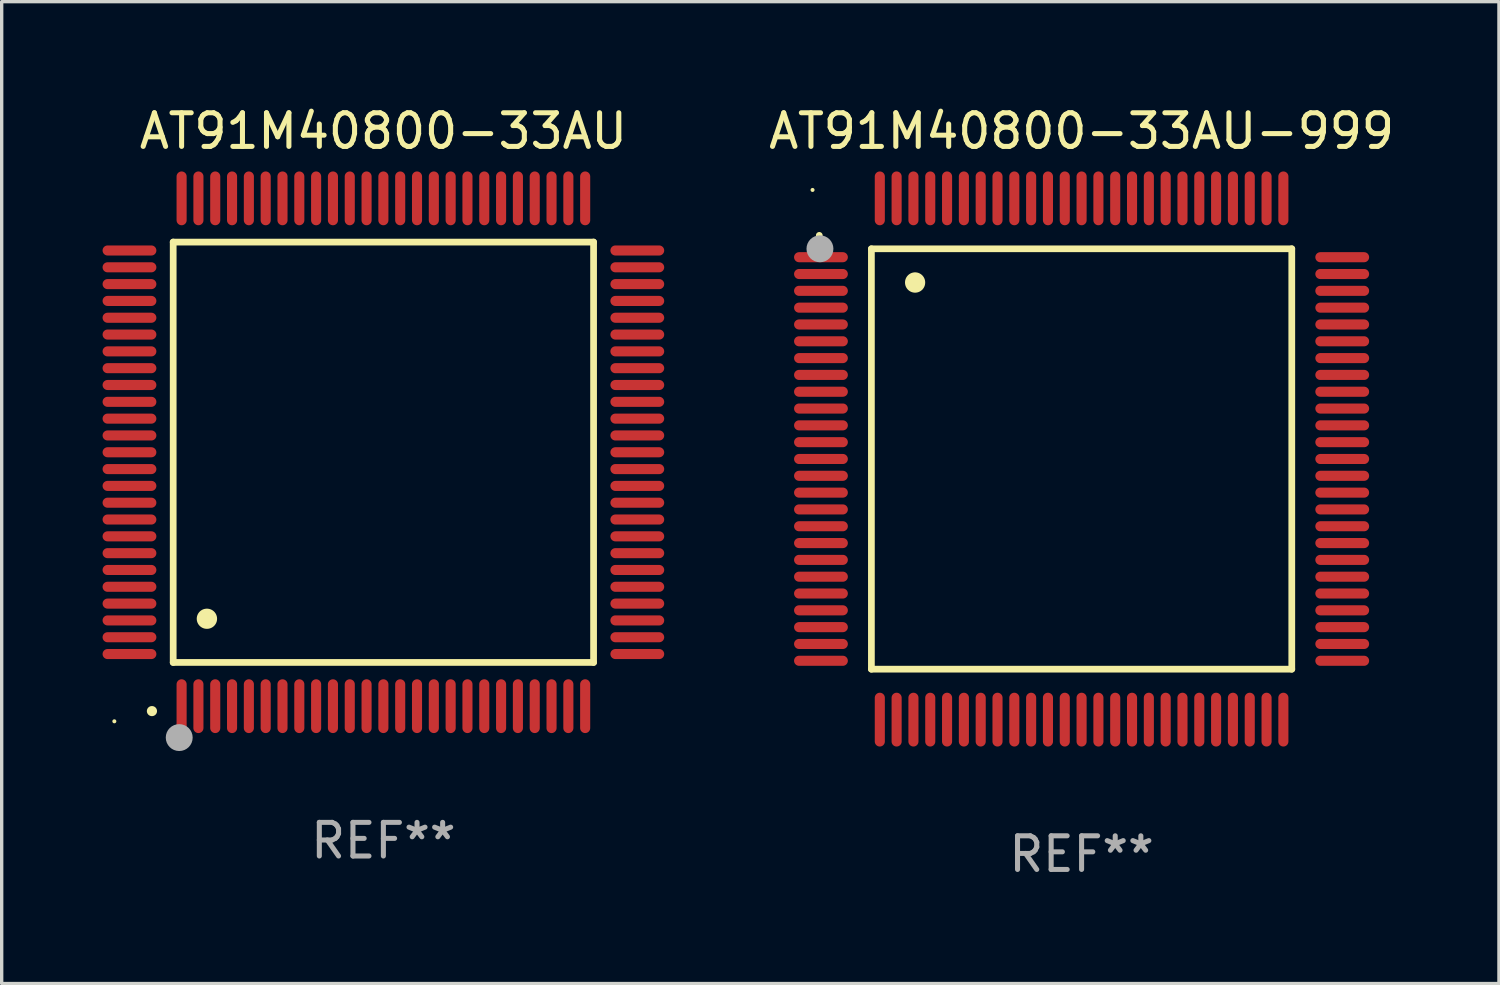
<source format=kicad_pcb>
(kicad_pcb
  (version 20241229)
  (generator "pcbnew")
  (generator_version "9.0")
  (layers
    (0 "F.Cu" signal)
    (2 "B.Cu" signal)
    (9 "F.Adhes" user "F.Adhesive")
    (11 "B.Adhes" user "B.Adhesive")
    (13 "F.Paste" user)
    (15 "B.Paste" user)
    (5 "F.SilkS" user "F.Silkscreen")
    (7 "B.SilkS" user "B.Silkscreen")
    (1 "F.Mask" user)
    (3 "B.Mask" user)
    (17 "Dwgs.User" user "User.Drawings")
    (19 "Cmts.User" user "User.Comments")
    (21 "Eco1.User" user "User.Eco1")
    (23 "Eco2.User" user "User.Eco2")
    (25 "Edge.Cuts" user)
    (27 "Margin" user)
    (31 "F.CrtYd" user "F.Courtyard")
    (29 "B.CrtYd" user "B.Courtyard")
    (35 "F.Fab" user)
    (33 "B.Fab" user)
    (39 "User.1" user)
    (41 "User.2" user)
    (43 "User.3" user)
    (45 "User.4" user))
  (footprint "AT91M40800-33AU"
    (layer "F.Cu")
    (at 8.35 10.398)
    (property "Reference" "AT91M40800-33AU" (at 0 -9.55 0) (layer "F.SilkS") (effects (font (size 1 1) (thickness 0.15))))
    (attr through_hole)
    (fp_line (start -6.25 -6.25) (end -6.25 6.25) (stroke (width 0.2) (type solid)) (layer "F.SilkS"))
    (fp_line (start -6.25 6.25) (end 6.25 6.25) (stroke (width 0.2) (type solid)) (layer "F.SilkS"))
    (fp_line (start 6.25 -6.25) (end -6.25 -6.25) (stroke (width 0.2) (type solid)) (layer "F.SilkS"))
    (fp_line (start 6.25 6.25) (end 6.25 -6.25) (stroke (width 0.2) (type solid)) (layer "F.SilkS"))
    (fp_arc (start -6.883414 7.696215) (mid -6.882144 7.69621) (end -6.880874 7.696215) (stroke (width 0.3) (type solid)) (layer "F.SilkS"))
    (fp_arc (start -5.250191 4.95047) (mid -5.247651 4.950459) (end -5.245111 4.95047) (stroke (width 0.6) (type solid)) (layer "F.SilkS"))
    (fp_circle (center -8 8) (end -7.97 8) (stroke (width 0.06) (type solid)) (fill no) (layer "F.SilkS"))
    (fp_circle (center -6.071 8.484) (end -5.871 8.484) (stroke (width 0.4) (type solid)) (fill no) (layer "F.Fab"))
    (fp_text user "REF**" (at 0 11.55 0) (layer "F.Fab") (effects (font (size 1 1) (thickness 0.15))))
    (pad "1" smd oval (at -6 7.55) (size 0.3 1.6) (layers "F.Cu" "F.Mask" "F.Paste"))
    (pad "2" smd oval (at -5.5 7.55) (size 0.3 1.6) (layers "F.Cu" "F.Mask" "F.Paste"))
    (pad "3" smd oval (at -5 7.55) (size 0.3 1.6) (layers "F.Cu" "F.Mask" "F.Paste"))
    (pad "4" smd oval (at -4.5 7.55) (size 0.3 1.6) (layers "F.Cu" "F.Mask" "F.Paste"))
    (pad "5" smd oval (at -4 7.55) (size 0.3 1.6) (layers "F.Cu" "F.Mask" "F.Paste"))
    (pad "6" smd oval (at -3.5 7.55) (size 0.3 1.6) (layers "F.Cu" "F.Mask" "F.Paste"))
    (pad "7" smd oval (at -3 7.55) (size 0.3 1.6) (layers "F.Cu" "F.Mask" "F.Paste"))
    (pad "8" smd oval (at -2.5 7.55) (size 0.3 1.6) (layers "F.Cu" "F.Mask" "F.Paste"))
    (pad "9" smd oval (at -2 7.55) (size 0.3 1.6) (layers "F.Cu" "F.Mask" "F.Paste"))
    (pad "10" smd oval (at -1.5 7.55) (size 0.3 1.6) (layers "F.Cu" "F.Mask" "F.Paste"))
    (pad "11" smd oval (at -1 7.55) (size 0.3 1.6) (layers "F.Cu" "F.Mask" "F.Paste"))
    (pad "12" smd oval (at -0.5 7.55) (size 0.3 1.6) (layers "F.Cu" "F.Mask" "F.Paste"))
    (pad "13" smd oval (at 0 7.55) (size 0.3 1.6) (layers "F.Cu" "F.Mask" "F.Paste"))
    (pad "14" smd oval (at 0.5 7.55) (size 0.3 1.6) (layers "F.Cu" "F.Mask" "F.Paste"))
    (pad "15" smd oval (at 1 7.55) (size 0.3 1.6) (layers "F.Cu" "F.Mask" "F.Paste"))
    (pad "16" smd oval (at 1.5 7.55) (size 0.3 1.6) (layers "F.Cu" "F.Mask" "F.Paste"))
    (pad "17" smd oval (at 2 7.55) (size 0.3 1.6) (layers "F.Cu" "F.Mask" "F.Paste"))
    (pad "18" smd oval (at 2.5 7.55) (size 0.3 1.6) (layers "F.Cu" "F.Mask" "F.Paste"))
    (pad "19" smd oval (at 3 7.55) (size 0.3 1.6) (layers "F.Cu" "F.Mask" "F.Paste"))
    (pad "20" smd oval (at 3.5 7.55) (size 0.3 1.6) (layers "F.Cu" "F.Mask" "F.Paste"))
    (pad "21" smd oval (at 4 7.55) (size 0.3 1.6) (layers "F.Cu" "F.Mask" "F.Paste"))
    (pad "22" smd oval (at 4.5 7.55) (size 0.3 1.6) (layers "F.Cu" "F.Mask" "F.Paste"))
    (pad "23" smd oval (at 5 7.55) (size 0.3 1.6) (layers "F.Cu" "F.Mask" "F.Paste"))
    (pad "24" smd oval (at 5.5 7.55) (size 0.3 1.6) (layers "F.Cu" "F.Mask" "F.Paste"))
    (pad "25" smd oval (at 6 7.55) (size 0.3 1.6) (layers "F.Cu" "F.Mask" "F.Paste"))
    (pad "26" smd oval (at 7.55 6) (size 1.6 0.3) (layers "F.Cu" "F.Mask" "F.Paste"))
    (pad "27" smd oval (at 7.55 5.5) (size 1.6 0.3) (layers "F.Cu" "F.Mask" "F.Paste"))
    (pad "28" smd oval (at 7.55 5) (size 1.6 0.3) (layers "F.Cu" "F.Mask" "F.Paste"))
    (pad "29" smd oval (at 7.55 4.5) (size 1.6 0.3) (layers "F.Cu" "F.Mask" "F.Paste"))
    (pad "30" smd oval (at 7.55 4) (size 1.6 0.3) (layers "F.Cu" "F.Mask" "F.Paste"))
    (pad "31" smd oval (at 7.55 3.5) (size 1.6 0.3) (layers "F.Cu" "F.Mask" "F.Paste"))
    (pad "32" smd oval (at 7.55 3) (size 1.6 0.3) (layers "F.Cu" "F.Mask" "F.Paste"))
    (pad "33" smd oval (at 7.55 2.5) (size 1.6 0.3) (layers "F.Cu" "F.Mask" "F.Paste"))
    (pad "34" smd oval (at 7.55 2) (size 1.6 0.3) (layers "F.Cu" "F.Mask" "F.Paste"))
    (pad "35" smd oval (at 7.55 1.5) (size 1.6 0.3) (layers "F.Cu" "F.Mask" "F.Paste"))
    (pad "36" smd oval (at 7.55 1) (size 1.6 0.3) (layers "F.Cu" "F.Mask" "F.Paste"))
    (pad "37" smd oval (at 7.55 0.5) (size 1.6 0.3) (layers "F.Cu" "F.Mask" "F.Paste"))
    (pad "38" smd oval (at 7.55 0) (size 1.6 0.3) (layers "F.Cu" "F.Mask" "F.Paste"))
    (pad "39" smd oval (at 7.55 -0.5) (size 1.6 0.3) (layers "F.Cu" "F.Mask" "F.Paste"))
    (pad "40" smd oval (at 7.55 -1) (size 1.6 0.3) (layers "F.Cu" "F.Mask" "F.Paste"))
    (pad "41" smd oval (at 7.55 -1.5) (size 1.6 0.3) (layers "F.Cu" "F.Mask" "F.Paste"))
    (pad "42" smd oval (at 7.55 -2) (size 1.6 0.3) (layers "F.Cu" "F.Mask" "F.Paste"))
    (pad "43" smd oval (at 7.55 -2.5) (size 1.6 0.3) (layers "F.Cu" "F.Mask" "F.Paste"))
    (pad "44" smd oval (at 7.55 -3) (size 1.6 0.3) (layers "F.Cu" "F.Mask" "F.Paste"))
    (pad "45" smd oval (at 7.55 -3.5) (size 1.6 0.3) (layers "F.Cu" "F.Mask" "F.Paste"))
    (pad "46" smd oval (at 7.55 -4) (size 1.6 0.3) (layers "F.Cu" "F.Mask" "F.Paste"))
    (pad "47" smd oval (at 7.55 -4.5) (size 1.6 0.3) (layers "F.Cu" "F.Mask" "F.Paste"))
    (pad "48" smd oval (at 7.55 -5) (size 1.6 0.3) (layers "F.Cu" "F.Mask" "F.Paste"))
    (pad "49" smd oval (at 7.55 -5.5) (size 1.6 0.3) (layers "F.Cu" "F.Mask" "F.Paste"))
    (pad "50" smd oval (at 7.55 -6) (size 1.6 0.3) (layers "F.Cu" "F.Mask" "F.Paste"))
    (pad "51" smd oval (at 6 -7.55) (size 0.3 1.6) (layers "F.Cu" "F.Mask" "F.Paste"))
    (pad "52" smd oval (at 5.5 -7.55) (size 0.3 1.6) (layers "F.Cu" "F.Mask" "F.Paste"))
    (pad "53" smd oval (at 5 -7.55) (size 0.3 1.6) (layers "F.Cu" "F.Mask" "F.Paste"))
    (pad "54" smd oval (at 4.5 -7.55) (size 0.3 1.6) (layers "F.Cu" "F.Mask" "F.Paste"))
    (pad "55" smd oval (at 4 -7.55) (size 0.3 1.6) (layers "F.Cu" "F.Mask" "F.Paste"))
    (pad "56" smd oval (at 3.5 -7.55) (size 0.3 1.6) (layers "F.Cu" "F.Mask" "F.Paste"))
    (pad "57" smd oval (at 3 -7.55) (size 0.3 1.6) (layers "F.Cu" "F.Mask" "F.Paste"))
    (pad "58" smd oval (at 2.5 -7.55) (size 0.3 1.6) (layers "F.Cu" "F.Mask" "F.Paste"))
    (pad "59" smd oval (at 2 -7.55) (size 0.3 1.6) (layers "F.Cu" "F.Mask" "F.Paste"))
    (pad "60" smd oval (at 1.5 -7.55) (size 0.3 1.6) (layers "F.Cu" "F.Mask" "F.Paste"))
    (pad "61" smd oval (at 1 -7.55) (size 0.3 1.6) (layers "F.Cu" "F.Mask" "F.Paste"))
    (pad "62" smd oval (at 0.5 -7.55) (size 0.3 1.6) (layers "F.Cu" "F.Mask" "F.Paste"))
    (pad "63" smd oval (at 0 -7.55) (size 0.3 1.6) (layers "F.Cu" "F.Mask" "F.Paste"))
    (pad "64" smd oval (at -0.5 -7.55) (size 0.3 1.6) (layers "F.Cu" "F.Mask" "F.Paste"))
    (pad "65" smd oval (at -1 -7.55) (size 0.3 1.6) (layers "F.Cu" "F.Mask" "F.Paste"))
    (pad "66" smd oval (at -1.5 -7.55) (size 0.3 1.6) (layers "F.Cu" "F.Mask" "F.Paste"))
    (pad "67" smd oval (at -2 -7.55) (size 0.3 1.6) (layers "F.Cu" "F.Mask" "F.Paste"))
    (pad "68" smd oval (at -2.5 -7.55) (size 0.3 1.6) (layers "F.Cu" "F.Mask" "F.Paste"))
    (pad "69" smd oval (at -3 -7.55) (size 0.3 1.6) (layers "F.Cu" "F.Mask" "F.Paste"))
    (pad "70" smd oval (at -3.5 -7.55) (size 0.3 1.6) (layers "F.Cu" "F.Mask" "F.Paste"))
    (pad "71" smd oval (at -4 -7.55) (size 0.3 1.6) (layers "F.Cu" "F.Mask" "F.Paste"))
    (pad "72" smd oval (at -4.5 -7.55) (size 0.3 1.6) (layers "F.Cu" "F.Mask" "F.Paste"))
    (pad "73" smd oval (at -5 -7.55) (size 0.3 1.6) (layers "F.Cu" "F.Mask" "F.Paste"))
    (pad "74" smd oval (at -5.5 -7.55) (size 0.3 1.6) (layers "F.Cu" "F.Mask" "F.Paste"))
    (pad "75" smd oval (at -6 -7.55) (size 0.3 1.6) (layers "F.Cu" "F.Mask" "F.Paste"))
    (pad "76" smd oval (at -7.55 -6) (size 1.6 0.3) (layers "F.Cu" "F.Mask" "F.Paste"))
    (pad "77" smd oval (at -7.55 -5.5) (size 1.6 0.3) (layers "F.Cu" "F.Mask" "F.Paste"))
    (pad "78" smd oval (at -7.55 -5) (size 1.6 0.3) (layers "F.Cu" "F.Mask" "F.Paste"))
    (pad "79" smd oval (at -7.55 -4.5) (size 1.6 0.3) (layers "F.Cu" "F.Mask" "F.Paste"))
    (pad "80" smd oval (at -7.55 -4) (size 1.6 0.3) (layers "F.Cu" "F.Mask" "F.Paste"))
    (pad "81" smd oval (at -7.55 -3.5) (size 1.6 0.3) (layers "F.Cu" "F.Mask" "F.Paste"))
    (pad "82" smd oval (at -7.55 -3) (size 1.6 0.3) (layers "F.Cu" "F.Mask" "F.Paste"))
    (pad "83" smd oval (at -7.55 -2.5) (size 1.6 0.3) (layers "F.Cu" "F.Mask" "F.Paste"))
    (pad "84" smd oval (at -7.55 -2) (size 1.6 0.3) (layers "F.Cu" "F.Mask" "F.Paste"))
    (pad "85" smd oval (at -7.55 -1.5) (size 1.6 0.3) (layers "F.Cu" "F.Mask" "F.Paste"))
    (pad "86" smd oval (at -7.55 -1) (size 1.6 0.3) (layers "F.Cu" "F.Mask" "F.Paste"))
    (pad "87" smd oval (at -7.55 -0.5) (size 1.6 0.3) (layers "F.Cu" "F.Mask" "F.Paste"))
    (pad "88" smd oval (at -7.55 0) (size 1.6 0.3) (layers "F.Cu" "F.Mask" "F.Paste"))
    (pad "89" smd oval (at -7.55 0.5) (size 1.6 0.3) (layers "F.Cu" "F.Mask" "F.Paste"))
    (pad "90" smd oval (at -7.55 1) (size 1.6 0.3) (layers "F.Cu" "F.Mask" "F.Paste"))
    (pad "91" smd oval (at -7.55 1.5) (size 1.6 0.3) (layers "F.Cu" "F.Mask" "F.Paste"))
    (pad "92" smd oval (at -7.55 2) (size 1.6 0.3) (layers "F.Cu" "F.Mask" "F.Paste"))
    (pad "93" smd oval (at -7.55 2.5) (size 1.6 0.3) (layers "F.Cu" "F.Mask" "F.Paste"))
    (pad "94" smd oval (at -7.55 3) (size 1.6 0.3) (layers "F.Cu" "F.Mask" "F.Paste"))
    (pad "95" smd oval (at -7.55 3.5) (size 1.6 0.3) (layers "F.Cu" "F.Mask" "F.Paste"))
    (pad "96" smd oval (at -7.55 4) (size 1.6 0.3) (layers "F.Cu" "F.Mask" "F.Paste"))
    (pad "97" smd oval (at -7.55 4.5) (size 1.6 0.3) (layers "F.Cu" "F.Mask" "F.Paste"))
    (pad "98" smd oval (at -7.55 5) (size 1.6 0.3) (layers "F.Cu" "F.Mask" "F.Paste"))
    (pad "99" smd oval (at -7.55 5.5) (size 1.6 0.3) (layers "F.Cu" "F.Mask" "F.Paste"))
    (pad "100" smd oval (at -7.55 6) (size 1.6 0.3) (layers "F.Cu" "F.Mask" "F.Paste")))
  (footprint "AT91M40800-33AU-999"
    (layer "F.Cu")
    (at 29.111 10.598)
    (property "Reference" "AT91M40800-33AU-999" (at 0 -9.75 0) (layer "F.SilkS") (effects (font (size 1 1) (thickness 0.15))))
    (attr through_hole)
    (fp_line (start -6.25 -6.25) (end -6.25 6.25) (stroke (width 0.2) (type solid)) (layer "F.SilkS"))
    (fp_line (start -6.25 6.25) (end 6.25 6.25) (stroke (width 0.2) (type solid)) (layer "F.SilkS"))
    (fp_line (start 6.25 -6.25) (end -6.25 -6.25) (stroke (width 0.2) (type solid)) (layer "F.SilkS"))
    (fp_line (start 6.25 6.25) (end 6.25 -6.25) (stroke (width 0.2) (type solid)) (layer "F.SilkS"))
    (fp_arc (start -7.799568 -6.647625) (mid -7.799571 -6.648463) (end -7.799568 -6.649301) (stroke (width 0.2) (type solid)) (layer "F.SilkS"))
    (fp_arc (start -4.95047 -5.245111) (mid -4.950481 -5.247651) (end -4.95047 -5.250191) (stroke (width 0.6) (type solid)) (layer "F.SilkS"))
    (fp_circle (center -8 -8) (end -7.97 -8) (stroke (width 0.06) (type solid)) (fill no) (layer "F.SilkS"))
    (fp_circle (center -7.78 -6.25) (end -7.58 -6.25) (stroke (width 0.4) (type solid)) (fill no) (layer "F.Fab"))
    (fp_text user "REF**" (at 0 11.75 0) (layer "F.Fab") (effects (font (size 1 1) (thickness 0.15))))
    (pad "1" smd oval (at -7.75 -6 90) (size 0.3 1.6) (layers "F.Cu" "F.Mask" "F.Paste"))
    (pad "2" smd oval (at -7.75 -5.5 90) (size 0.3 1.6) (layers "F.Cu" "F.Mask" "F.Paste"))
    (pad "3" smd oval (at -7.75 -5 90) (size 0.3 1.6) (layers "F.Cu" "F.Mask" "F.Paste"))
    (pad "4" smd oval (at -7.75 -4.5 90) (size 0.3 1.6) (layers "F.Cu" "F.Mask" "F.Paste"))
    (pad "5" smd oval (at -7.75 -4 90) (size 0.3 1.6) (layers "F.Cu" "F.Mask" "F.Paste"))
    (pad "6" smd oval (at -7.75 -3.5 90) (size 0.3 1.6) (layers "F.Cu" "F.Mask" "F.Paste"))
    (pad "7" smd oval (at -7.75 -3 90) (size 0.3 1.6) (layers "F.Cu" "F.Mask" "F.Paste"))
    (pad "8" smd oval (at -7.75 -2.5 90) (size 0.3 1.6) (layers "F.Cu" "F.Mask" "F.Paste"))
    (pad "9" smd oval (at -7.75 -2 90) (size 0.3 1.6) (layers "F.Cu" "F.Mask" "F.Paste"))
    (pad "10" smd oval (at -7.75 -1.5 90) (size 0.3 1.6) (layers "F.Cu" "F.Mask" "F.Paste"))
    (pad "11" smd oval (at -7.75 -1 90) (size 0.3 1.6) (layers "F.Cu" "F.Mask" "F.Paste"))
    (pad "12" smd oval (at -7.75 -0.5 90) (size 0.3 1.6) (layers "F.Cu" "F.Mask" "F.Paste"))
    (pad "13" smd oval (at -7.75 0 90) (size 0.3 1.6) (layers "F.Cu" "F.Mask" "F.Paste"))
    (pad "14" smd oval (at -7.75 0.5 90) (size 0.3 1.6) (layers "F.Cu" "F.Mask" "F.Paste"))
    (pad "15" smd oval (at -7.75 1 90) (size 0.3 1.6) (layers "F.Cu" "F.Mask" "F.Paste"))
    (pad "16" smd oval (at -7.75 1.5 90) (size 0.3 1.6) (layers "F.Cu" "F.Mask" "F.Paste"))
    (pad "17" smd oval (at -7.75 2 90) (size 0.3 1.6) (layers "F.Cu" "F.Mask" "F.Paste"))
    (pad "18" smd oval (at -7.75 2.5 90) (size 0.3 1.6) (layers "F.Cu" "F.Mask" "F.Paste"))
    (pad "19" smd oval (at -7.75 3 90) (size 0.3 1.6) (layers "F.Cu" "F.Mask" "F.Paste"))
    (pad "20" smd oval (at -7.75 3.5 90) (size 0.3 1.6) (layers "F.Cu" "F.Mask" "F.Paste"))
    (pad "21" smd oval (at -7.75 4 90) (size 0.3 1.6) (layers "F.Cu" "F.Mask" "F.Paste"))
    (pad "22" smd oval (at -7.75 4.5 90) (size 0.3 1.6) (layers "F.Cu" "F.Mask" "F.Paste"))
    (pad "23" smd oval (at -7.75 5 90) (size 0.3 1.6) (layers "F.Cu" "F.Mask" "F.Paste"))
    (pad "24" smd oval (at -7.75 5.5 90) (size 0.3 1.6) (layers "F.Cu" "F.Mask" "F.Paste"))
    (pad "25" smd oval (at -7.75 6 90) (size 0.3 1.6) (layers "F.Cu" "F.Mask" "F.Paste"))
    (pad "26" smd oval (at -6 7.75) (size 0.3 1.6) (layers "F.Cu" "F.Mask" "F.Paste"))
    (pad "27" smd oval (at -5.5 7.75) (size 0.3 1.6) (layers "F.Cu" "F.Mask" "F.Paste"))
    (pad "28" smd oval (at -5 7.75) (size 0.3 1.6) (layers "F.Cu" "F.Mask" "F.Paste"))
    (pad "29" smd oval (at -4.5 7.75) (size 0.3 1.6) (layers "F.Cu" "F.Mask" "F.Paste"))
    (pad "30" smd oval (at -4 7.75) (size 0.3 1.6) (layers "F.Cu" "F.Mask" "F.Paste"))
    (pad "31" smd oval (at -3.5 7.75) (size 0.3 1.6) (layers "F.Cu" "F.Mask" "F.Paste"))
    (pad "32" smd oval (at -3 7.75) (size 0.3 1.6) (layers "F.Cu" "F.Mask" "F.Paste"))
    (pad "33" smd oval (at -2.5 7.75) (size 0.3 1.6) (layers "F.Cu" "F.Mask" "F.Paste"))
    (pad "34" smd oval (at -2 7.75) (size 0.3 1.6) (layers "F.Cu" "F.Mask" "F.Paste"))
    (pad "35" smd oval (at -1.5 7.75) (size 0.3 1.6) (layers "F.Cu" "F.Mask" "F.Paste"))
    (pad "36" smd oval (at -1 7.75) (size 0.3 1.6) (layers "F.Cu" "F.Mask" "F.Paste"))
    (pad "37" smd oval (at -0.5 7.75) (size 0.3 1.6) (layers "F.Cu" "F.Mask" "F.Paste"))
    (pad "38" smd oval (at 0 7.75) (size 0.3 1.6) (layers "F.Cu" "F.Mask" "F.Paste"))
    (pad "39" smd oval (at 0.5 7.75) (size 0.3 1.6) (layers "F.Cu" "F.Mask" "F.Paste"))
    (pad "40" smd oval (at 1 7.75) (size 0.3 1.6) (layers "F.Cu" "F.Mask" "F.Paste"))
    (pad "41" smd oval (at 1.5 7.75) (size 0.3 1.6) (layers "F.Cu" "F.Mask" "F.Paste"))
    (pad "42" smd oval (at 2 7.75) (size 0.3 1.6) (layers "F.Cu" "F.Mask" "F.Paste"))
    (pad "43" smd oval (at 2.5 7.75) (size 0.3 1.6) (layers "F.Cu" "F.Mask" "F.Paste"))
    (pad "44" smd oval (at 3 7.75) (size 0.3 1.6) (layers "F.Cu" "F.Mask" "F.Paste"))
    (pad "45" smd oval (at 3.5 7.75) (size 0.3 1.6) (layers "F.Cu" "F.Mask" "F.Paste"))
    (pad "46" smd oval (at 4 7.75) (size 0.3 1.6) (layers "F.Cu" "F.Mask" "F.Paste"))
    (pad "47" smd oval (at 4.5 7.75) (size 0.3 1.6) (layers "F.Cu" "F.Mask" "F.Paste"))
    (pad "48" smd oval (at 5 7.75) (size 0.3 1.6) (layers "F.Cu" "F.Mask" "F.Paste"))
    (pad "49" smd oval (at 5.5 7.75) (size 0.3 1.6) (layers "F.Cu" "F.Mask" "F.Paste"))
    (pad "50" smd oval (at 6 7.75) (size 0.3 1.6) (layers "F.Cu" "F.Mask" "F.Paste"))
    (pad "51" smd oval (at 7.75 6 90) (size 0.3 1.6) (layers "F.Cu" "F.Mask" "F.Paste"))
    (pad "52" smd oval (at 7.75 5.5 90) (size 0.3 1.6) (layers "F.Cu" "F.Mask" "F.Paste"))
    (pad "53" smd oval (at 7.75 5 90) (size 0.3 1.6) (layers "F.Cu" "F.Mask" "F.Paste"))
    (pad "54" smd oval (at 7.75 4.5 90) (size 0.3 1.6) (layers "F.Cu" "F.Mask" "F.Paste"))
    (pad "55" smd oval (at 7.75 4 90) (size 0.3 1.6) (layers "F.Cu" "F.Mask" "F.Paste"))
    (pad "56" smd oval (at 7.75 3.5 90) (size 0.3 1.6) (layers "F.Cu" "F.Mask" "F.Paste"))
    (pad "57" smd oval (at 7.75 3 90) (size 0.3 1.6) (layers "F.Cu" "F.Mask" "F.Paste"))
    (pad "58" smd oval (at 7.75 2.5 90) (size 0.3 1.6) (layers "F.Cu" "F.Mask" "F.Paste"))
    (pad "59" smd oval (at 7.75 2 90) (size 0.3 1.6) (layers "F.Cu" "F.Mask" "F.Paste"))
    (pad "60" smd oval (at 7.75 1.5 90) (size 0.3 1.6) (layers "F.Cu" "F.Mask" "F.Paste"))
    (pad "61" smd oval (at 7.75 1 90) (size 0.3 1.6) (layers "F.Cu" "F.Mask" "F.Paste"))
    (pad "62" smd oval (at 7.75 0.5 90) (size 0.3 1.6) (layers "F.Cu" "F.Mask" "F.Paste"))
    (pad "63" smd oval (at 7.75 0 90) (size 0.3 1.6) (layers "F.Cu" "F.Mask" "F.Paste"))
    (pad "64" smd oval (at 7.75 -0.5 90) (size 0.3 1.6) (layers "F.Cu" "F.Mask" "F.Paste"))
    (pad "65" smd oval (at 7.75 -1 90) (size 0.3 1.6) (layers "F.Cu" "F.Mask" "F.Paste"))
    (pad "66" smd oval (at 7.75 -1.5 90) (size 0.3 1.6) (layers "F.Cu" "F.Mask" "F.Paste"))
    (pad "67" smd oval (at 7.75 -2 90) (size 0.3 1.6) (layers "F.Cu" "F.Mask" "F.Paste"))
    (pad "68" smd oval (at 7.75 -2.5 90) (size 0.3 1.6) (layers "F.Cu" "F.Mask" "F.Paste"))
    (pad "69" smd oval (at 7.75 -3 90) (size 0.3 1.6) (layers "F.Cu" "F.Mask" "F.Paste"))
    (pad "70" smd oval (at 7.75 -3.5 90) (size 0.3 1.6) (layers "F.Cu" "F.Mask" "F.Paste"))
    (pad "71" smd oval (at 7.75 -4 90) (size 0.3 1.6) (layers "F.Cu" "F.Mask" "F.Paste"))
    (pad "72" smd oval (at 7.75 -4.5 90) (size 0.3 1.6) (layers "F.Cu" "F.Mask" "F.Paste"))
    (pad "73" smd oval (at 7.75 -5 90) (size 0.3 1.6) (layers "F.Cu" "F.Mask" "F.Paste"))
    (pad "74" smd oval (at 7.75 -5.5 90) (size 0.3 1.6) (layers "F.Cu" "F.Mask" "F.Paste"))
    (pad "75" smd oval (at 7.75 -6 90) (size 0.3 1.6) (layers "F.Cu" "F.Mask" "F.Paste"))
    (pad "76" smd oval (at 6 -7.75) (size 0.3 1.6) (layers "F.Cu" "F.Mask" "F.Paste"))
    (pad "77" smd oval (at 5.5 -7.75) (size 0.3 1.6) (layers "F.Cu" "F.Mask" "F.Paste"))
    (pad "78" smd oval (at 5 -7.75) (size 0.3 1.6) (layers "F.Cu" "F.Mask" "F.Paste"))
    (pad "79" smd oval (at 4.5 -7.75) (size 0.3 1.6) (layers "F.Cu" "F.Mask" "F.Paste"))
    (pad "80" smd oval (at 4 -7.75) (size 0.3 1.6) (layers "F.Cu" "F.Mask" "F.Paste"))
    (pad "81" smd oval (at 3.5 -7.75) (size 0.3 1.6) (layers "F.Cu" "F.Mask" "F.Paste"))
    (pad "82" smd oval (at 3 -7.75) (size 0.3 1.6) (layers "F.Cu" "F.Mask" "F.Paste"))
    (pad "83" smd oval (at 2.5 -7.75) (size 0.3 1.6) (layers "F.Cu" "F.Mask" "F.Paste"))
    (pad "84" smd oval (at 2 -7.75) (size 0.3 1.6) (layers "F.Cu" "F.Mask" "F.Paste"))
    (pad "85" smd oval (at 1.5 -7.75) (size 0.3 1.6) (layers "F.Cu" "F.Mask" "F.Paste"))
    (pad "86" smd oval (at 1 -7.75) (size 0.3 1.6) (layers "F.Cu" "F.Mask" "F.Paste"))
    (pad "87" smd oval (at 0.5 -7.75) (size 0.3 1.6) (layers "F.Cu" "F.Mask" "F.Paste"))
    (pad "88" smd oval (at 0 -7.75) (size 0.3 1.6) (layers "F.Cu" "F.Mask" "F.Paste"))
    (pad "89" smd oval (at -0.5 -7.75) (size 0.3 1.6) (layers "F.Cu" "F.Mask" "F.Paste"))
    (pad "90" smd oval (at -1 -7.75) (size 0.3 1.6) (layers "F.Cu" "F.Mask" "F.Paste"))
    (pad "91" smd oval (at -1.5 -7.75) (size 0.3 1.6) (layers "F.Cu" "F.Mask" "F.Paste"))
    (pad "92" smd oval (at -2 -7.75) (size 0.3 1.6) (layers "F.Cu" "F.Mask" "F.Paste"))
    (pad "93" smd oval (at -2.5 -7.75) (size 0.3 1.6) (layers "F.Cu" "F.Mask" "F.Paste"))
    (pad "94" smd oval (at -3 -7.75) (size 0.3 1.6) (layers "F.Cu" "F.Mask" "F.Paste"))
    (pad "95" smd oval (at -3.5 -7.75) (size 0.3 1.6) (layers "F.Cu" "F.Mask" "F.Paste"))
    (pad "96" smd oval (at -4 -7.75) (size 0.3 1.6) (layers "F.Cu" "F.Mask" "F.Paste"))
    (pad "97" smd oval (at -4.5 -7.75) (size 0.3 1.6) (layers "F.Cu" "F.Mask" "F.Paste"))
    (pad "98" smd oval (at -5 -7.75) (size 0.3 1.6) (layers "F.Cu" "F.Mask" "F.Paste"))
    (pad "99" smd oval (at -5.5 -7.75) (size 0.3 1.6) (layers "F.Cu" "F.Mask" "F.Paste"))
    (pad "100" smd oval (at -6 -7.75) (size 0.3 1.6) (layers "F.Cu" "F.Mask" "F.Paste")))
  (gr_rect
    (start -3 -3)
    (end 41.521 26.196)
    (stroke (width 0.1) (type default))
    (fill no)
    (layer "Edge.Cuts")))
</source>
